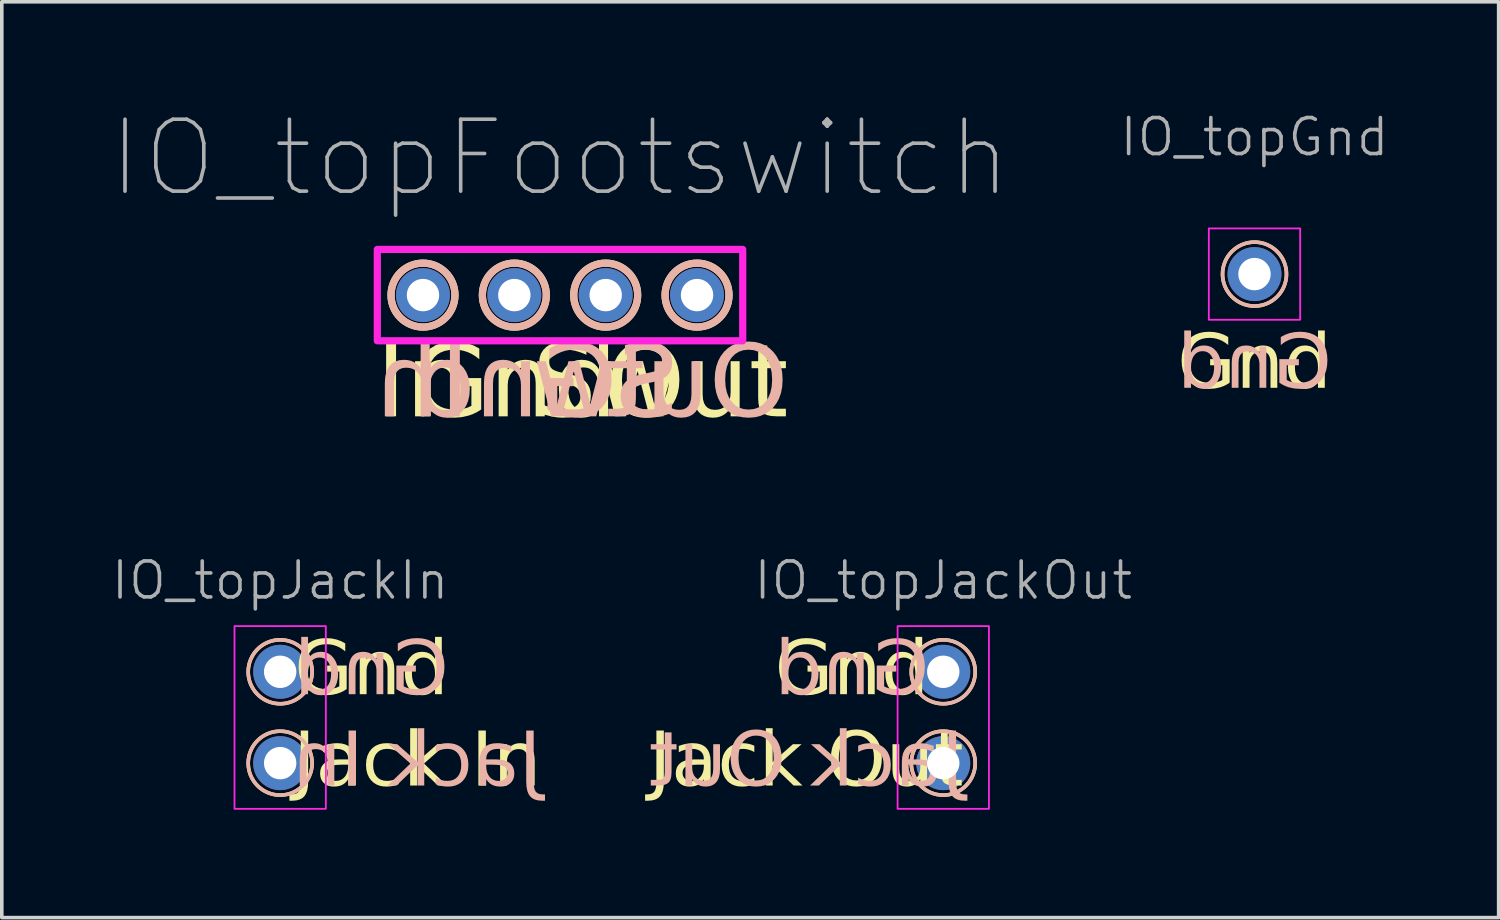
<source format=kicad_pcb>
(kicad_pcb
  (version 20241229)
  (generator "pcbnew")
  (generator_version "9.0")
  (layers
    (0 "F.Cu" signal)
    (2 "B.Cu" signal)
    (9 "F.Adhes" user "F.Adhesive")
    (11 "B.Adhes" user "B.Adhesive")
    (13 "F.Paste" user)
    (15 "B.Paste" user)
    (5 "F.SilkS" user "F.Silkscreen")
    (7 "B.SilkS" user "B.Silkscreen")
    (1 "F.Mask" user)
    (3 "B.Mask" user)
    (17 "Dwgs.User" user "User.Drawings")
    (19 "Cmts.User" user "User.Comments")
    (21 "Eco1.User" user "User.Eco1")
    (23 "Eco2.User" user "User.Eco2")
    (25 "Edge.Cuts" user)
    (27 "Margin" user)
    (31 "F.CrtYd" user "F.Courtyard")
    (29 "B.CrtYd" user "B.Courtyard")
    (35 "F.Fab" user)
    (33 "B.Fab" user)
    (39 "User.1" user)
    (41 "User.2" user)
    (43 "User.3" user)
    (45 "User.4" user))
  (footprint "IO_topJackIn"
    (layer "F.Cu")
    (at 4.74 16.899)
    (property "Reference" "IO_topJackIn" (at 0 -3.81 0) (unlocked yes) (layer "F.Fab") (effects (font (size 1 1) (thickness 0.1))))
    (attr through_hole)
    (fp_circle (center 0 -1.27) (end -0.889 -1.27) (stroke (width 0.1) (type default)) (fill no) (layer "F.SilkS"))
    (fp_circle (center 0 1.27) (end -0.889 1.27) (stroke (width 0.1) (type default)) (fill no) (layer "F.SilkS"))
    (fp_circle (center 0 -1.27) (end -0.889 -1.27) (stroke (width 0.1) (type default)) (fill no) (layer "B.SilkS"))
    (fp_circle (center 0 1.27) (end -0.889 1.27) (stroke (width 0.1) (type default)) (fill no) (layer "B.SilkS"))
    (fp_rect (start -1.27 -2.54) (end 1.27 2.54) (stroke (width 0.05) (type default)) (fill no) (layer "F.CrtYd"))
    (fp_text user "Jack In" (at 3.81 1.27 0) (layer "F.SilkS") (effects (font (face "Milk Run") (size 1.5 1.5) (thickness 0.15))))
    (fp_text user "Gnd" (at 2.54 -1.27 0) (layer "F.SilkS") (effects (font (face "Milk Run") (size 1.5 1.5) (thickness 0.15))))
    (fp_text user "Jack In" (at 3.81 1.27 0) (layer "B.SilkS") (effects (font (face "Milk Run") (size 1.5 1.5) (thickness 0.15)) (justify mirror)))
    (fp_text user "Gnd" (at 2.54 -1.27 0) (layer "B.SilkS") (effects (font (face "Milk Run") (size 1.5 1.5) (thickness 0.15)) (justify mirror)))
    (pad "1" thru_hole circle (at 0 -1.27) (size 1.5 1.5) (drill 0.9) (layers "*.Cu" "*.Mask"))
    (pad "2" thru_hole circle (at 0 1.27) (size 1.5 1.5) (drill 0.9) (layers "*.Cu" "*.Mask")))
  (footprint "IO_topJackOut"
    (layer "F.Cu")
    (at 23.177 16.899)
    (property "Reference" "IO_topJackOut" (at 0 -3.81 0) (unlocked yes) (layer "F.Fab") (effects (font (size 1 1) (thickness 0.1))))
    (attr through_hole)
    (fp_circle (center 0 -1.27) (end -0.889 -1.27) (stroke (width 0.1) (type default)) (fill no) (layer "F.SilkS"))
    (fp_circle (center 0 1.27) (end -0.889 1.27) (stroke (width 0.1) (type default)) (fill no) (layer "F.SilkS"))
    (fp_circle (center 0 -1.27) (end 0.889 -1.27) (stroke (width 0.1) (type default)) (fill no) (layer "B.SilkS"))
    (fp_circle (center 0 1.27) (end 0 0.381) (stroke (width 0.1) (type default)) (fill no) (layer "B.SilkS"))
    (fp_rect (start -1.27 -2.54) (end 1.27 2.54) (stroke (width 0.05) (type default)) (fill no) (layer "F.CrtYd"))
    (fp_text user "Gnd" (at -2.54 -1.27 0) (unlocked yes) (layer "F.SilkS") (effects (font (face "Milk Run") (size 1.5 1.5) (thickness 0.15))))
    (fp_text user "Jack Out" (at -3.81 1.27 0) (unlocked yes) (layer "F.SilkS") (effects (font (face "Milk Run") (size 1.5 1.5) (thickness 0.15))))
    (fp_text user "Jack Out" (at -3.81 1.27 0) (unlocked yes) (layer "B.SilkS") (effects (font (face "Milk Run") (size 1.5 1.5) (thickness 0.15)) (justify mirror)))
    (fp_text user "Gnd" (at -2.54 -1.27 0) (unlocked yes) (layer "B.SilkS") (effects (font (face "Milk Run") (size 1.5 1.5) (thickness 0.15)) (justify mirror)))
    (pad "1" thru_hole circle (at 0 -1.27) (size 1.5 1.5) (drill 0.9) (layers "*.Cu" "*.Mask"))
    (pad "2" thru_hole circle (at 0 1.27) (size 1.5 1.5) (drill 0.9) (layers "*.Cu" "*.Mask")))
  (footprint "IO_topGnd"
    (layer "F.Cu")
    (at 31.831 4.571)
    (property "Reference" "IO_topGnd" (at 0 -3.81 0) (unlocked yes) (layer "F.Fab") (effects (font (size 1 1) (thickness 0.1))))
    (attr through_hole)
    (fp_circle (center 0 0) (end -0.889 0) (stroke (width 0.1) (type default)) (fill no) (layer "F.SilkS"))
    (fp_circle (center 0 0) (end 0.889 0) (stroke (width 0.1) (type default)) (fill no) (layer "B.SilkS"))
    (fp_rect (start -1.27 -1.27) (end 1.27 1.27) (stroke (width 0.05) (type default)) (fill no) (layer "F.CrtYd"))
    (fp_text user "Gnd" (at 0 2.54 0) (unlocked yes) (layer "F.SilkS") (effects (font (face "Milk Run") (size 1.5 1.5) (thickness 0.15))))
    (fp_text user "Gnd" (at 0 2.54 0) (layer "B.SilkS") (effects (font (face "Milk Run") (size 1.5 1.5) (thickness 0.15)) (justify mirror)))
    (pad "1" thru_hole circle (at 0 0) (size 1.5 1.5) (drill 0.9) (layers "*.Cu" "*.Mask")))
  (footprint "IO_topFootswitch"
    (layer "F.Cu")
    (at 12.521 5.155)
    (property "Reference" "IO_topFootswitch" (at 0 -3.81 0) (unlocked yes) (layer "F.Fab") (effects (font (size 2 2) (thickness 0.1))))
    (attr through_hole)
    (fp_circle (center -3.81 0) (end -4.699 0) (stroke (width 0.2) (type default)) (fill no) (layer "F.SilkS"))
    (fp_circle (center -1.27 0) (end -2.159 0) (stroke (width 0.2) (type default)) (fill no) (layer "F.SilkS"))
    (fp_circle (center 1.27 0) (end 0.381 0) (stroke (width 0.2) (type default)) (fill no) (layer "F.SilkS"))
    (fp_circle (center 3.81 0) (end 2.921 0) (stroke (width 0.2) (type default)) (fill no) (layer "F.SilkS"))
    (fp_circle (center -3.81 0) (end -2.921 0) (stroke (width 0.2) (type default)) (fill no) (layer "B.SilkS"))
    (fp_circle (center -1.27 0) (end -0.381 0) (stroke (width 0.2) (type default)) (fill no) (layer "B.SilkS"))
    (fp_circle (center 1.27 0) (end 2.159 0) (stroke (width 0.2) (type default)) (fill no) (layer "B.SilkS"))
    (fp_circle (center 3.81 0) (end 4.699 0) (stroke (width 0.2) (type default)) (fill no) (layer "B.SilkS"))
    (fp_rect (start -5.08 -1.27) (end 5.08 1.27) (stroke (width 0.2) (type default)) (fill no) (layer "F.CrtYd"))
    (fp_text user "Gnd" (at -1.27 2.54 0) (unlocked yes) (layer "F.SilkS") (effects (font (face "Milk Run") (size 2 2) (thickness 0.15))))
    (fp_text user "Sw" (at 1.27 2.54 0) (unlocked yes) (layer "F.SilkS") (effects (font (face "Milk Run") (size 2 2) (thickness 0.15))))
    (fp_text user "In" (at -3.81 2.54 0) (unlocked yes) (layer "F.SilkS") (effects (font (face "Milk Run") (size 2 2) (thickness 0.15))))
    (fp_text user "Out" (at 3.81 2.54 0) (unlocked yes) (layer "F.SilkS") (effects (font (face "Milk Run") (size 2 2) (thickness 0.15))))
    (fp_text user "Out" (at 3.81 2.54 0) (unlocked yes) (layer "B.SilkS") (effects (font (face "Milk Run") (size 2 2) (thickness 0.15)) (justify mirror)))
    (fp_text user "Sw" (at 1.27 2.54 0) (unlocked yes) (layer "B.SilkS") (effects (font (face "Milk Run") (size 2 2) (thickness 0.15)) (justify mirror)))
    (fp_text user "In" (at -3.81 2.54 0) (unlocked yes) (layer "B.SilkS") (effects (font (face "Milk Run") (size 2 2) (thickness 0.15)) (justify mirror)))
    (fp_text user "Gnd" (at -1.27 2.54 0) (unlocked yes) (layer "B.SilkS") (effects (font (face "Milk Run") (size 2 2) (thickness 0.15)) (justify mirror)))
    (pad "1" thru_hole circle (at -3.81 0) (size 1.5 1.5) (drill 0.9) (layers "*.Cu" "*.Mask"))
    (pad "2" thru_hole circle (at -1.27 0) (size 1.5 1.5) (drill 0.9) (layers "*.Cu" "*.Mask"))
    (pad "3" thru_hole circle (at 1.27 0) (size 1.5 1.5) (drill 0.9) (layers "*.Cu" "*.Mask"))
    (pad "4" thru_hole circle (at 3.81 0) (size 1.5 1.5) (drill 0.9) (layers "*.Cu" "*.Mask")))
  (gr_rect
    (start -3 -3)
    (end 38.619 22.464)
    (stroke (width 0.1) (type default))
    (fill no)
    (layer "Edge.Cuts")))
</source>
